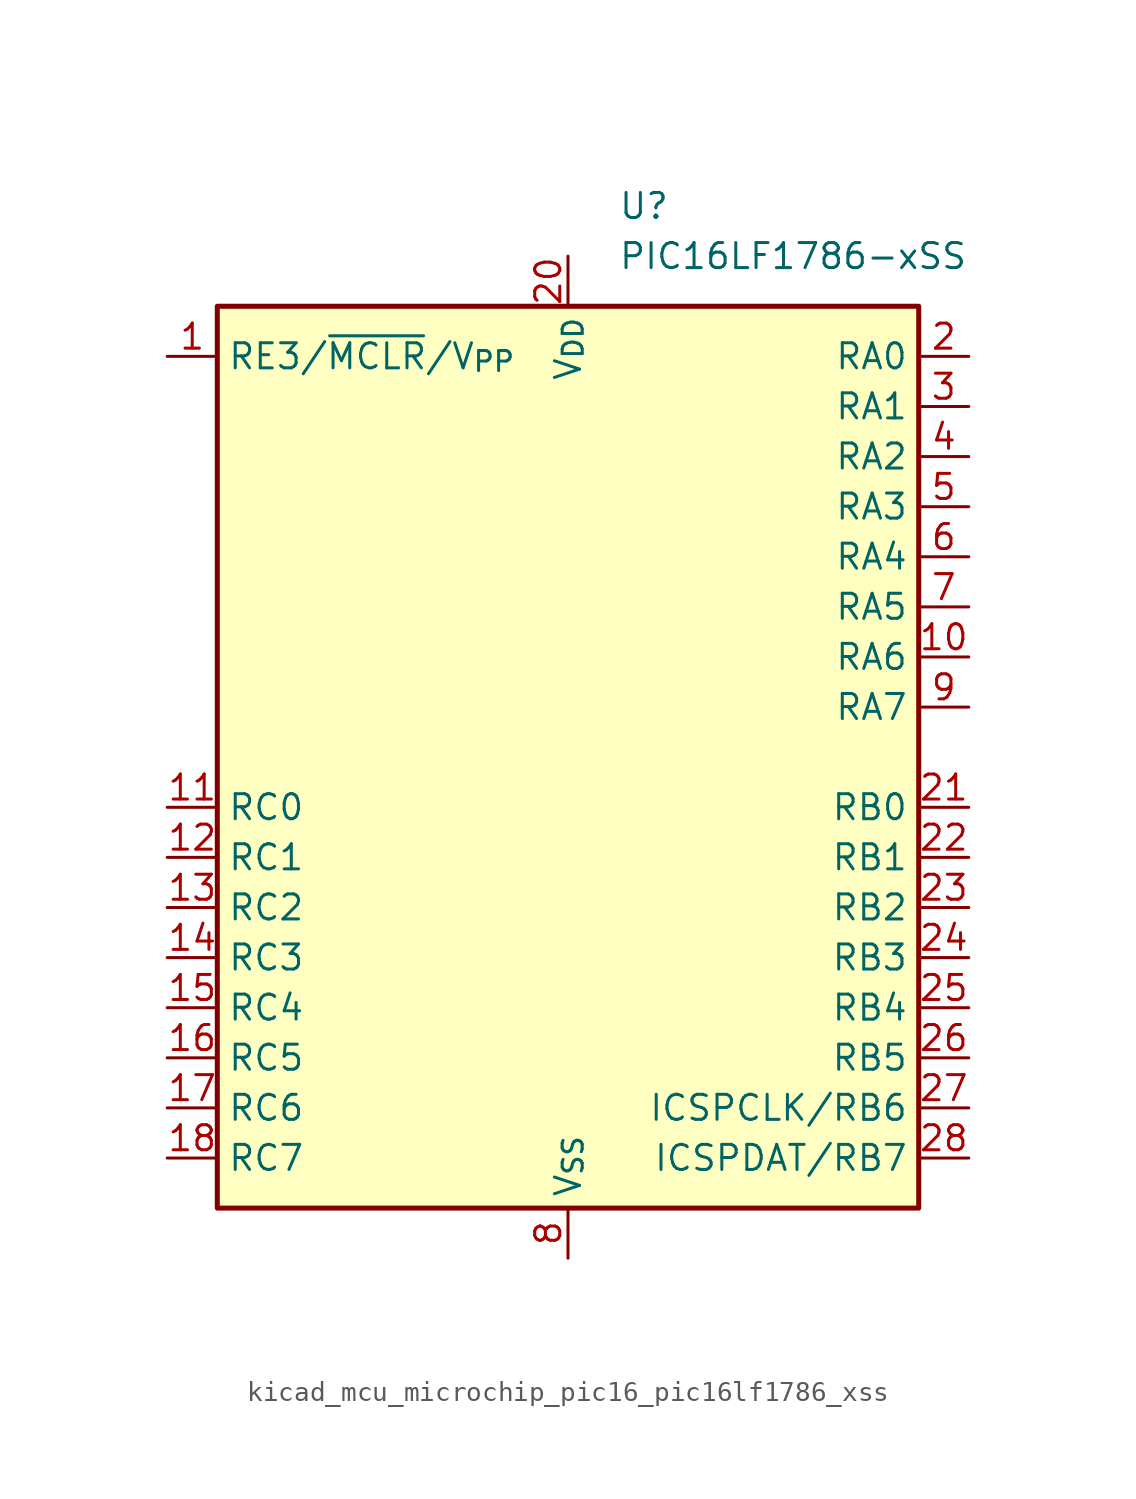
<source format=kicad_sym>
(kicad_symbol_lib
  (version 20220914)
  (generator kicad_symbol_editor)
  (symbol "kicad_mcu_microchip_pic16_pic16lf1786_xss"
    (property "Reference" "U"
      (at 2.54 27.94 0)
      (effects (font (size 1.27 1.27)) (justify left)))
    (property "Value" "PIC16LF1786-xSS"
      (at 2.54 25.4 0)
      (effects (font (size 1.27 1.27)) (justify left)))
    (symbol "kicad_mcu_microchip_pic16_pic16lf1786_xss_0_1"
      (rectangle (start -17.78 -22.86) (end 17.78 22.86) (stroke (width 0.254) (type default)) (fill (type background))))
    (symbol "kicad_mcu_microchip_pic16_pic16lf1786_xss_1_1"
      (pin input line (at -20.32 20.32 0) (length 2.54) (name "RE3/~{MCLR}/V_{PP}" (effects (font (size 1.27 1.27)))) (number "1" (effects (font (size 1.27 1.27)))))
      (pin bidirectional line (at 20.32 5.08 180) (length 2.54) (name "RA6" (effects (font (size 1.27 1.27)))) (number "10" (effects (font (size 1.27 1.27)))))
      (pin bidirectional line (at -20.32 -2.54 0) (length 2.54) (name "RC0" (effects (font (size 1.27 1.27)))) (number "11" (effects (font (size 1.27 1.27)))))
      (pin bidirectional line (at -20.32 -5.08 0) (length 2.54) (name "RC1" (effects (font (size 1.27 1.27)))) (number "12" (effects (font (size 1.27 1.27)))))
      (pin bidirectional line (at -20.32 -7.62 0) (length 2.54) (name "RC2" (effects (font (size 1.27 1.27)))) (number "13" (effects (font (size 1.27 1.27)))))
      (pin bidirectional line (at -20.32 -10.16 0) (length 2.54) (name "RC3" (effects (font (size 1.27 1.27)))) (number "14" (effects (font (size 1.27 1.27)))))
      (pin bidirectional line (at -20.32 -12.7 0) (length 2.54) (name "RC4" (effects (font (size 1.27 1.27)))) (number "15" (effects (font (size 1.27 1.27)))))
      (pin bidirectional line (at -20.32 -15.24 0) (length 2.54) (name "RC5" (effects (font (size 1.27 1.27)))) (number "16" (effects (font (size 1.27 1.27)))))
      (pin bidirectional line (at -20.32 -17.78 0) (length 2.54) (name "RC6" (effects (font (size 1.27 1.27)))) (number "17" (effects (font (size 1.27 1.27)))))
      (pin bidirectional line (at -20.32 -20.32 0) (length 2.54) (name "RC7" (effects (font (size 1.27 1.27)))) (number "18" (effects (font (size 1.27 1.27)))))
      (pin passive line (at 0 -25.4 90) (length 2.54) hide (name "V_{SS}" (effects (font (size 1.27 1.27)))) (number "19" (effects (font (size 1.27 1.27)))))
      (pin bidirectional line (at 20.32 20.32 180) (length 2.54) (name "RA0" (effects (font (size 1.27 1.27)))) (number "2" (effects (font (size 1.27 1.27)))))
      (pin power_in line (at 0 25.4 270) (length 2.54) (name "V_{DD}" (effects (font (size 1.27 1.27)))) (number "20" (effects (font (size 1.27 1.27)))))
      (pin bidirectional line (at 20.32 -2.54 180) (length 2.54) (name "RB0" (effects (font (size 1.27 1.27)))) (number "21" (effects (font (size 1.27 1.27)))))
      (pin bidirectional line (at 20.32 -5.08 180) (length 2.54) (name "RB1" (effects (font (size 1.27 1.27)))) (number "22" (effects (font (size 1.27 1.27)))))
      (pin bidirectional line (at 20.32 -7.62 180) (length 2.54) (name "RB2" (effects (font (size 1.27 1.27)))) (number "23" (effects (font (size 1.27 1.27)))))
      (pin bidirectional line (at 20.32 -10.16 180) (length 2.54) (name "RB3" (effects (font (size 1.27 1.27)))) (number "24" (effects (font (size 1.27 1.27)))))
      (pin bidirectional line (at 20.32 -12.7 180) (length 2.54) (name "RB4" (effects (font (size 1.27 1.27)))) (number "25" (effects (font (size 1.27 1.27)))))
      (pin bidirectional line (at 20.32 -15.24 180) (length 2.54) (name "RB5" (effects (font (size 1.27 1.27)))) (number "26" (effects (font (size 1.27 1.27)))))
      (pin bidirectional line (at 20.32 -17.78 180) (length 2.54) (name "ICSPCLK/RB6" (effects (font (size 1.27 1.27)))) (number "27" (effects (font (size 1.27 1.27)))))
      (pin bidirectional line (at 20.32 -20.32 180) (length 2.54) (name "ICSPDAT/RB7" (effects (font (size 1.27 1.27)))) (number "28" (effects (font (size 1.27 1.27)))))
      (pin bidirectional line (at 20.32 17.78 180) (length 2.54) (name "RA1" (effects (font (size 1.27 1.27)))) (number "3" (effects (font (size 1.27 1.27)))))
      (pin bidirectional line (at 20.32 15.24 180) (length 2.54) (name "RA2" (effects (font (size 1.27 1.27)))) (number "4" (effects (font (size 1.27 1.27)))))
      (pin bidirectional line (at 20.32 12.7 180) (length 2.54) (name "RA3" (effects (font (size 1.27 1.27)))) (number "5" (effects (font (size 1.27 1.27)))))
      (pin bidirectional line (at 20.32 10.16 180) (length 2.54) (name "RA4" (effects (font (size 1.27 1.27)))) (number "6" (effects (font (size 1.27 1.27)))))
      (pin bidirectional line (at 20.32 7.62 180) (length 2.54) (name "RA5" (effects (font (size 1.27 1.27)))) (number "7" (effects (font (size 1.27 1.27)))))
      (pin power_in line (at 0 -25.4 90) (length 2.54) (name "V_{SS}" (effects (font (size 1.27 1.27)))) (number "8" (effects (font (size 1.27 1.27)))))
      (pin bidirectional line (at 20.32 2.54 180) (length 2.54) (name "RA7" (effects (font (size 1.27 1.27)))) (number "9" (effects (font (size 1.27 1.27))))))))
</source>
